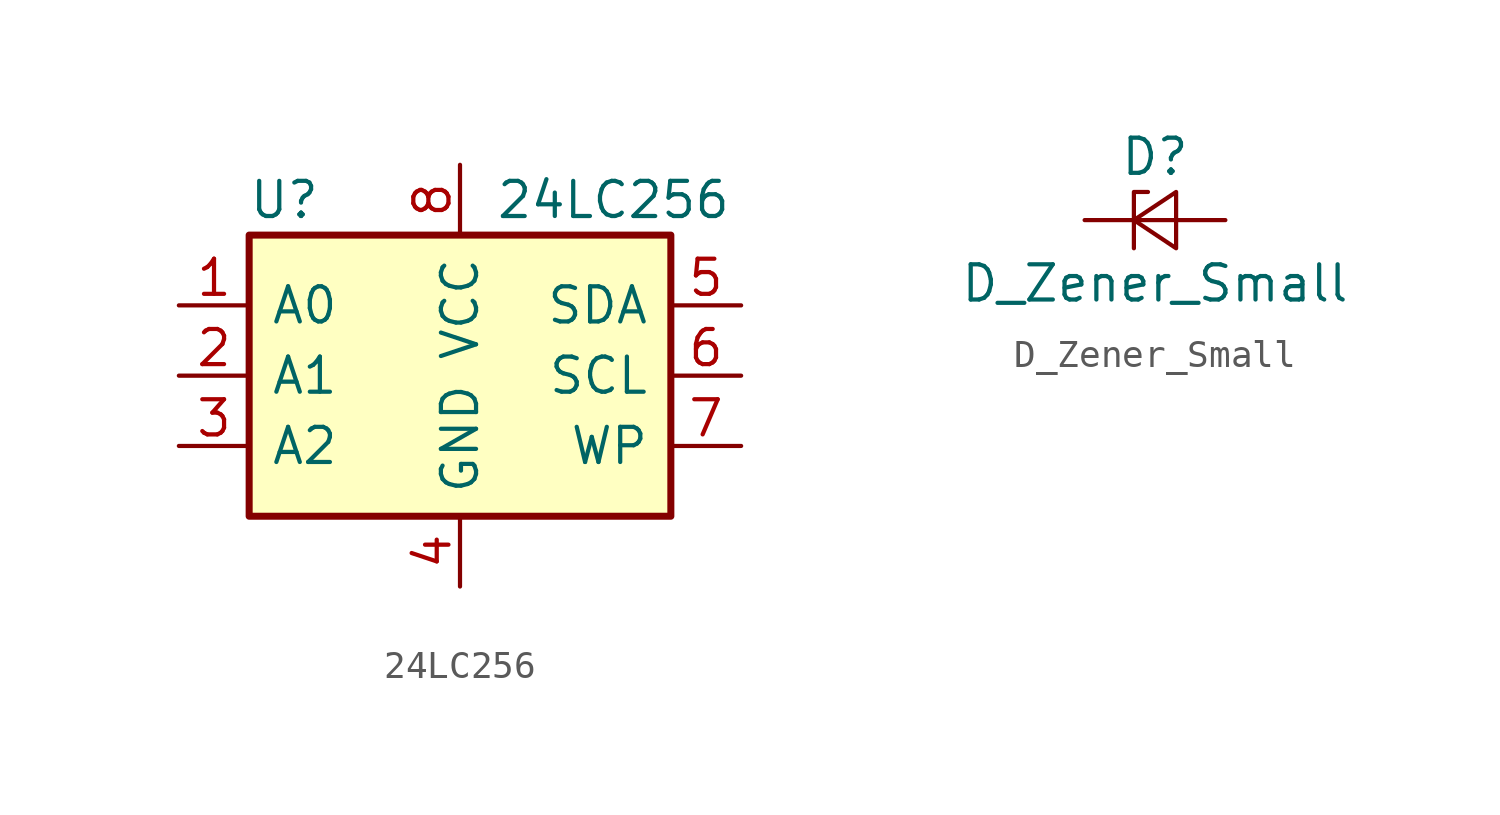
<source format=kicad_sym>
(kicad_symbol_lib
  (version 20231120)
  (generator "kicad_symbol_editor")
  (generator_version "8.0")
  (symbol "24LC256"
    (pin_names
      (offset 0.762))
    (property "Reference" "U"
      (at -6.35 6.35 0)
      (effects (font (size 1.27 1.27))))
    (property "Value" "24LC256"
      (at 1.27 6.35 0)
      (effects (font (size 1.27 1.27)) (justify left)))
    (symbol "24LC256_0_0"
      (pin power_in line (at 0 -7.62 90) (length 2.54) (name "GND" (effects (font (size 1.27 1.27)))) (number "4" (effects (font (size 1.27 1.27)))))
      (pin power_in line (at 0 7.62 270) (length 2.54) (name "VCC" (effects (font (size 1.27 1.27)))) (number "8" (effects (font (size 1.27 1.27))))))
    (symbol "24LC256_1_1"
      (rectangle (start -7.62 5.08) (end 7.62 -5.08) (stroke (width 0.254) (type solid)) (fill (type background)))
      (pin input line (at -10.16 2.54 0) (length 2.54) (name "A0" (effects (font (size 1.27 1.27)))) (number "1" (effects (font (size 1.27 1.27)))))
      (pin input line (at -10.16 0 0) (length 2.54) (name "A1" (effects (font (size 1.27 1.27)))) (number "2" (effects (font (size 1.27 1.27)))))
      (pin input line (at -10.16 -2.54 0) (length 2.54) (name "A2" (effects (font (size 1.27 1.27)))) (number "3" (effects (font (size 1.27 1.27)))))
      (pin bidirectional line (at 10.16 2.54 180) (length 2.54) (name "SDA" (effects (font (size 1.27 1.27)))) (number "5" (effects (font (size 1.27 1.27)))))
      (pin input line (at 10.16 0 180) (length 2.54) (name "SCL" (effects (font (size 1.27 1.27)))) (number "6" (effects (font (size 1.27 1.27)))))
      (pin input line (at 10.16 -2.54 180) (length 2.54) (name "WP" (effects (font (size 1.27 1.27)))) (number "7" (effects (font (size 1.27 1.27)))))))
  (symbol "D_Zener_Small"
    (pin_numbers hide)
    (pin_names
      (offset 0.254) hide)
    (property "Reference" "D"
      (at 0 2.286 0)
      (effects (font (size 1.27 1.27))))
    (property "Value" "D_Zener_Small"
      (at 0 -2.286 0)
      (effects (font (size 1.27 1.27))))
    (symbol "D_Zener_Small_0_1"
      (polyline (pts (xy 0.762 0) (xy -0.762 0)) (stroke (width 0) (type solid)) (fill (type none)))
      (polyline (pts (xy -0.254 1.016) (xy -0.762 1.016) (xy -0.762 -1.016)) (stroke (width 0) (type solid)) (fill (type none)))
      (polyline (pts (xy 0.762 1.016) (xy -0.762 0) (xy 0.762 -1.016) (xy 0.762 1.016)) (stroke (width 0) (type solid)) (fill (type none))))
    (symbol "D_Zener_Small_1_1"
      (pin passive line (at -2.54 0 0) (length 1.778) (name "K" (effects (font (size 1.27 1.27)))) (number "1" (effects (font (size 1.27 1.27)))))
      (pin passive line (at 2.54 0 180) (length 1.778) (name "A" (effects (font (size 1.27 1.27)))) (number "2" (effects (font (size 1.27 1.27))))))))
</source>
